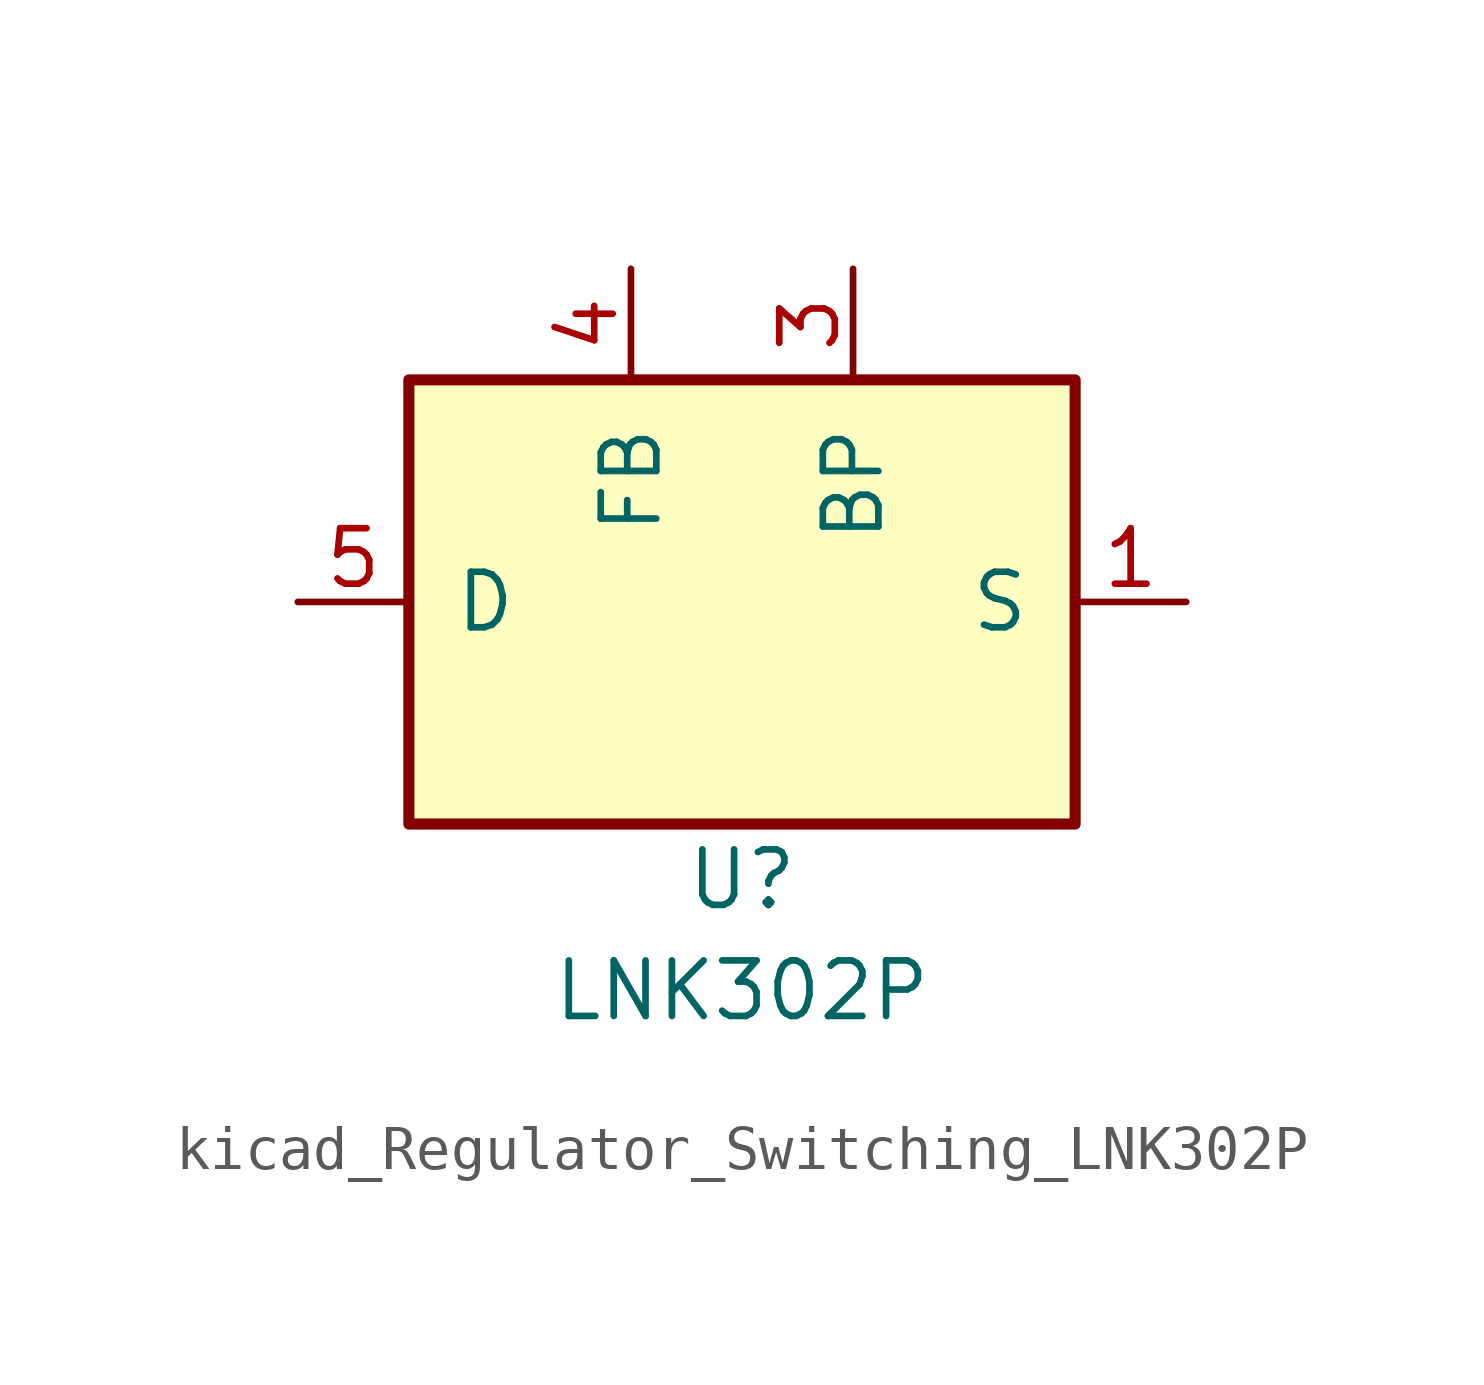
<source format=kicad_sym>
(kicad_symbol_lib
  (version 20220914)
  (generator kicad_symbol_editor)
  (symbol "kicad_Regulator_Switching_LNK302P"
    (pin_names
      (offset 1.016))
    (property "Reference" "U"
      (at 0 -6.35 0)
      (effects (font (size 1.27 1.27))))
    (property "Value" "LNK302P"
      (at 0 -8.89 0)
      (effects (font (size 1.27 1.27))))
    (symbol "kicad_Regulator_Switching_LNK302P_0_1"
      (rectangle (start -7.62 5.08) (end 7.62 -5.08) (stroke (width 0.254) (type default)) (fill (type background))))
    (symbol "kicad_Regulator_Switching_LNK302P_1_1"
      (pin power_in line (at 10.16 0 180) (length 2.54) (name "S" (effects (font (size 1.27 1.27)))) (number "1" (effects (font (size 1.27 1.27)))))
      (pin passive line (at 10.16 0 180) (length 2.54) hide (name "S" (effects (font (size 1.27 1.27)))) (number "2" (effects (font (size 1.27 1.27)))))
      (pin input line (at 2.54 7.62 270) (length 2.54) (name "BP" (effects (font (size 1.27 1.27)))) (number "3" (effects (font (size 1.27 1.27)))))
      (pin input line (at -2.54 7.62 270) (length 2.54) (name "FB" (effects (font (size 1.27 1.27)))) (number "4" (effects (font (size 1.27 1.27)))))
      (pin open_collector line (at -10.16 0 0) (length 2.54) (name "D" (effects (font (size 1.27 1.27)))) (number "5" (effects (font (size 1.27 1.27)))))
      (pin passive line (at 10.16 0 180) (length 2.54) hide (name "S" (effects (font (size 1.27 1.27)))) (number "7" (effects (font (size 1.27 1.27)))))
      (pin passive line (at 10.16 0 180) (length 2.54) hide (name "S" (effects (font (size 1.27 1.27)))) (number "8" (effects (font (size 1.27 1.27))))))))
</source>
